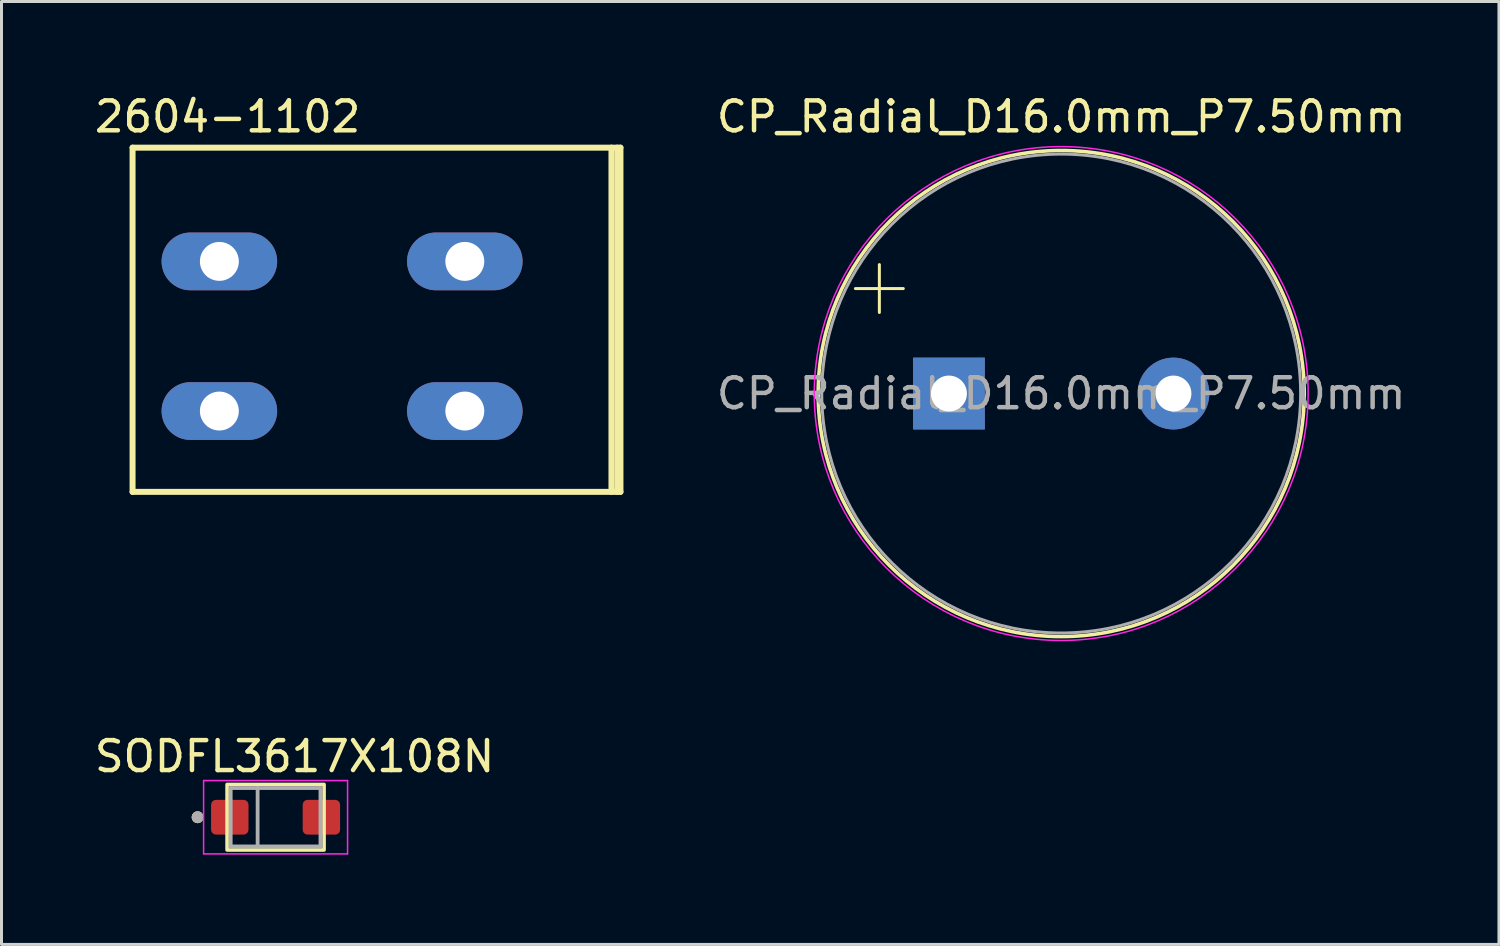
<source format=kicad_pcb>
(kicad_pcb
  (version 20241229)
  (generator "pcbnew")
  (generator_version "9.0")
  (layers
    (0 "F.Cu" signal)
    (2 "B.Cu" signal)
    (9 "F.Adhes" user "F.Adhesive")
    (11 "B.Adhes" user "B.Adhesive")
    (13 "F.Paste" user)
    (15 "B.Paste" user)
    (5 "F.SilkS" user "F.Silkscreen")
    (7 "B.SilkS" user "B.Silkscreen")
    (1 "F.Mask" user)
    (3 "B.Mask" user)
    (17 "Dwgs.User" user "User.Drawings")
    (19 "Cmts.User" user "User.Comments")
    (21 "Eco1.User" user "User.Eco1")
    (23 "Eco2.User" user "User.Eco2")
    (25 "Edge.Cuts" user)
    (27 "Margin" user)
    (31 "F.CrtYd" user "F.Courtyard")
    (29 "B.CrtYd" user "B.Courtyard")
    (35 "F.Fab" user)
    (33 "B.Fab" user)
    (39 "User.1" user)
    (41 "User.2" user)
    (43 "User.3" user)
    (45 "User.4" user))
  (footprint "CP_Radial_D16.0mm_P7.50mm"
    (layer "F.Cu")
    (at 28.654 10.098)
    (property "Reference" "CP_Radial_D16.0mm_P7.50mm" (at 3.75 -9.25 0) (layer "F.SilkS") (effects (font (size 1 1) (thickness 0.15))))
    (attr through_hole)
    (fp_line (start -3.125 -3.507) (end -1.525 -3.507) (stroke (width 0.1) (type solid)) (layer "F.SilkS"))
    (fp_line (start -2.325 -4.308) (end -2.325 -2.708) (stroke (width 0.1) (type solid)) (layer "F.SilkS"))
    (fp_circle (center 3.75 0) (end 11.87 0) (stroke (width 0.12) (type solid)) (fill no) (layer "F.SilkS"))
    (fp_circle (center 3.75 0) (end 12 0) (stroke (width 0.05) (type solid)) (fill no) (layer "F.CrtYd"))
    (fp_circle (center 3.75 0) (end 11.75 0) (stroke (width 0.1) (type solid)) (fill no) (layer "F.Fab"))
    (fp_text user "${REFERENCE}" (at 3.75 0 0) (layer "F.Fab") (effects (font (size 1 1) (thickness 0.15))))
    (pad "1" thru_hole rect (at 0 0) (size 2.4 2.4) (drill 1.2) (layers "*.Cu" "*.Mask"))
    (pad "2" thru_hole circle (at 7.5 0) (size 2.4 2.4) (drill 1.2) (layers "*.Cu" "*.Mask")))
  (footprint "2604-1102"
    (layer "F.Cu")
    (at 12.479 3.383)
    (property "Reference" "2604-1102" (at -7.925 -2.535 0) (layer "F.SilkS") (effects (font (size 1 1) (thickness 0.15))))
    (attr through_hole)
    (fp_line (start -11.1 10) (end -11.1 -1.5) (stroke (width 0.2) (type solid)) (layer "F.SilkS"))
    (fp_line (start 4.9 10) (end 4.9 -1.5) (stroke (width 0.2) (type solid)) (layer "F.SilkS"))
    (fp_line (start 5.093 10) (end 5.093 -1.5) (stroke (width 0.2) (type solid)) (layer "F.SilkS"))
    (fp_line (start 5.2 -1.5) (end -11.1 -1.5) (stroke (width 0.2) (type solid)) (layer "F.SilkS"))
    (fp_line (start 5.2 10) (end -11.1 10) (stroke (width 0.2) (type solid)) (layer "F.SilkS"))
    (fp_line (start 5.2 10) (end 5.2 -1.5) (stroke (width 0.2) (type solid)) (layer "F.SilkS"))
    (fp_line (start -8.6 2.62) (end -8.6 1.8) (stroke (width 0.01) (type solid)) (layer "F.Fab"))
    (fp_line (start -8.6 2.625) (end -8.6 2.836) (stroke (width 0.01) (type solid)) (layer "F.Fab"))
    (fp_line (start -8.6 7.62) (end -8.6 6.8) (stroke (width 0.01) (type solid)) (layer "F.Fab"))
    (fp_line (start -8.6 7.625) (end -8.6 7.836) (stroke (width 0.01) (type solid)) (layer "F.Fab"))
    (fp_line (start -8.596 1.8) (end -8.6 1.8) (stroke (width 0.01) (type solid)) (layer "F.Fab"))
    (fp_line (start -8.596 2.8) (end -8.59 2.8) (stroke (width 0.01) (type solid)) (layer "F.Fab"))
    (fp_line (start -8.596 6.8) (end -8.6 6.8) (stroke (width 0.01) (type solid)) (layer "F.Fab"))
    (fp_line (start -8.596 7.8) (end -7.8 7.8) (stroke (width 0.01) (type solid)) (layer "F.Fab"))
    (fp_line (start -8.59 1.8) (end -8.596 1.8) (stroke (width 0.01) (type solid)) (layer "F.Fab"))
    (fp_line (start -8.59 2.8) (end -7.8 2.8) (stroke (width 0.01) (type solid)) (layer "F.Fab"))
    (fp_line (start -8.59 6.8) (end -8.596 6.8) (stroke (width 0.01) (type solid)) (layer "F.Fab"))
    (fp_line (start -7.8 1.8) (end -8.59 1.8) (stroke (width 0.01) (type solid)) (layer "F.Fab"))
    (fp_line (start -7.8 2.8) (end -7.8 1.8) (stroke (width 0.01) (type solid)) (layer "F.Fab"))
    (fp_line (start -7.8 6.8) (end -8.59 6.8) (stroke (width 0.01) (type solid)) (layer "F.Fab"))
    (fp_line (start -7.8 7.8) (end -7.8 6.8) (stroke (width 0.01) (type solid)) (layer "F.Fab"))
    (fp_line (start -0.4 1.8) (end -0.4 2.8) (stroke (width 0.01) (type solid)) (layer "F.Fab"))
    (fp_line (start -0.4 2.8) (end 0.4 2.8) (stroke (width 0.01) (type solid)) (layer "F.Fab"))
    (fp_line (start -0.4 6.8) (end -0.4 7.8) (stroke (width 0.01) (type solid)) (layer "F.Fab"))
    (fp_line (start -0.4 7.8) (end 0.4 7.8) (stroke (width 0.01) (type solid)) (layer "F.Fab"))
    (fp_line (start 0.4 1.8) (end -0.4 1.8) (stroke (width 0.01) (type solid)) (layer "F.Fab"))
    (fp_line (start 0.4 2.8) (end 0.4 1.8) (stroke (width 0.01) (type solid)) (layer "F.Fab"))
    (fp_line (start 0.4 6.8) (end -0.4 6.8) (stroke (width 0.01) (type solid)) (layer "F.Fab"))
    (fp_line (start 0.4 7.8) (end 0.4 6.8) (stroke (width 0.01) (type solid)) (layer "F.Fab"))
    (pad "1" thru_hole oval (at -8.2 2.3) (size 3.861 1.93) (drill 1.3) (layers "*.Cu" "*.Mask"))
    (pad "1" thru_hole oval (at 0 2.3) (size 3.861 1.93) (drill 1.3) (layers "*.Cu" "*.Mask"))
    (pad "2" thru_hole oval (at -8.2 7.3) (size 3.861 1.93) (drill 1.3) (layers "*.Cu" "*.Mask"))
    (pad "2" thru_hole oval (at 0 7.3) (size 3.861 1.93) (drill 1.3) (layers "*.Cu" "*.Mask")))
  (footprint "SODFL3617X108N"
    (layer "F.Cu")
    (at 6.157 24.253)
    (property "Reference" "SODFL3617X108N" (at 0.635 -2.032 0) (layer "F.SilkS") (effects (font (size 1 1) (thickness 0.15))))
    (attr smd)
    (fp_rect (start -1.62 -1.095) (end 1.62 1.095) (stroke (width 0.12) (type solid)) (fill no) (layer "F.SilkS"))
    (fp_circle (center -2.605 0) (end -2.505 0) (stroke (width 0.2) (type solid)) (fill no) (layer "F.SilkS"))
    (fp_line (start -2.405 -1.225) (end -2.405 1.225) (stroke (width 0.05) (type solid)) (layer "F.CrtYd"))
    (fp_line (start -2.405 -1.225) (end 2.405 -1.225) (stroke (width 0.05) (type solid)) (layer "F.CrtYd"))
    (fp_line (start 2.405 1.225) (end -2.405 1.225) (stroke (width 0.05) (type solid)) (layer "F.CrtYd"))
    (fp_line (start 2.405 1.225) (end 2.405 -1.225) (stroke (width 0.05) (type solid)) (layer "F.CrtYd"))
    (fp_line (start -1.5 -0.975) (end -1.5 0.975) (stroke (width 0.127) (type solid)) (layer "F.Fab"))
    (fp_line (start -1.5 -0.975) (end -0.6 -0.975) (stroke (width 0.127) (type solid)) (layer "F.Fab"))
    (fp_line (start -0.6 -0.975) (end -0.6 0.975) (stroke (width 0.127) (type solid)) (layer "F.Fab"))
    (fp_line (start -0.6 -0.975) (end 1.5 -0.975) (stroke (width 0.127) (type solid)) (layer "F.Fab"))
    (fp_line (start -0.6 0.975) (end -1.5 0.975) (stroke (width 0.127) (type solid)) (layer "F.Fab"))
    (fp_line (start 1.5 0.975) (end -0.6 0.975) (stroke (width 0.127) (type solid)) (layer "F.Fab"))
    (fp_line (start 1.5 0.975) (end 1.5 -0.975) (stroke (width 0.127) (type solid)) (layer "F.Fab"))
    (fp_circle (center -2.605 0) (end -2.505 0) (stroke (width 0.2) (type solid)) (fill no) (layer "F.Fab"))
    (pad "A" smd roundrect (at 1.53 0) (size 1.25 1.16) (layers "F.Cu" "F.Mask" "F.Paste") (roundrect_rratio 0.14))
    (pad "C" smd roundrect (at -1.53 0) (size 1.25 1.16) (layers "F.Cu" "F.Mask" "F.Paste") (roundrect_rratio 0.14)))
  (gr_rect
    (start -3 -3)
    (end 47.029 28.503)
    (stroke (width 0.1) (type default))
    (fill no)
    (layer "Edge.Cuts")))
</source>
